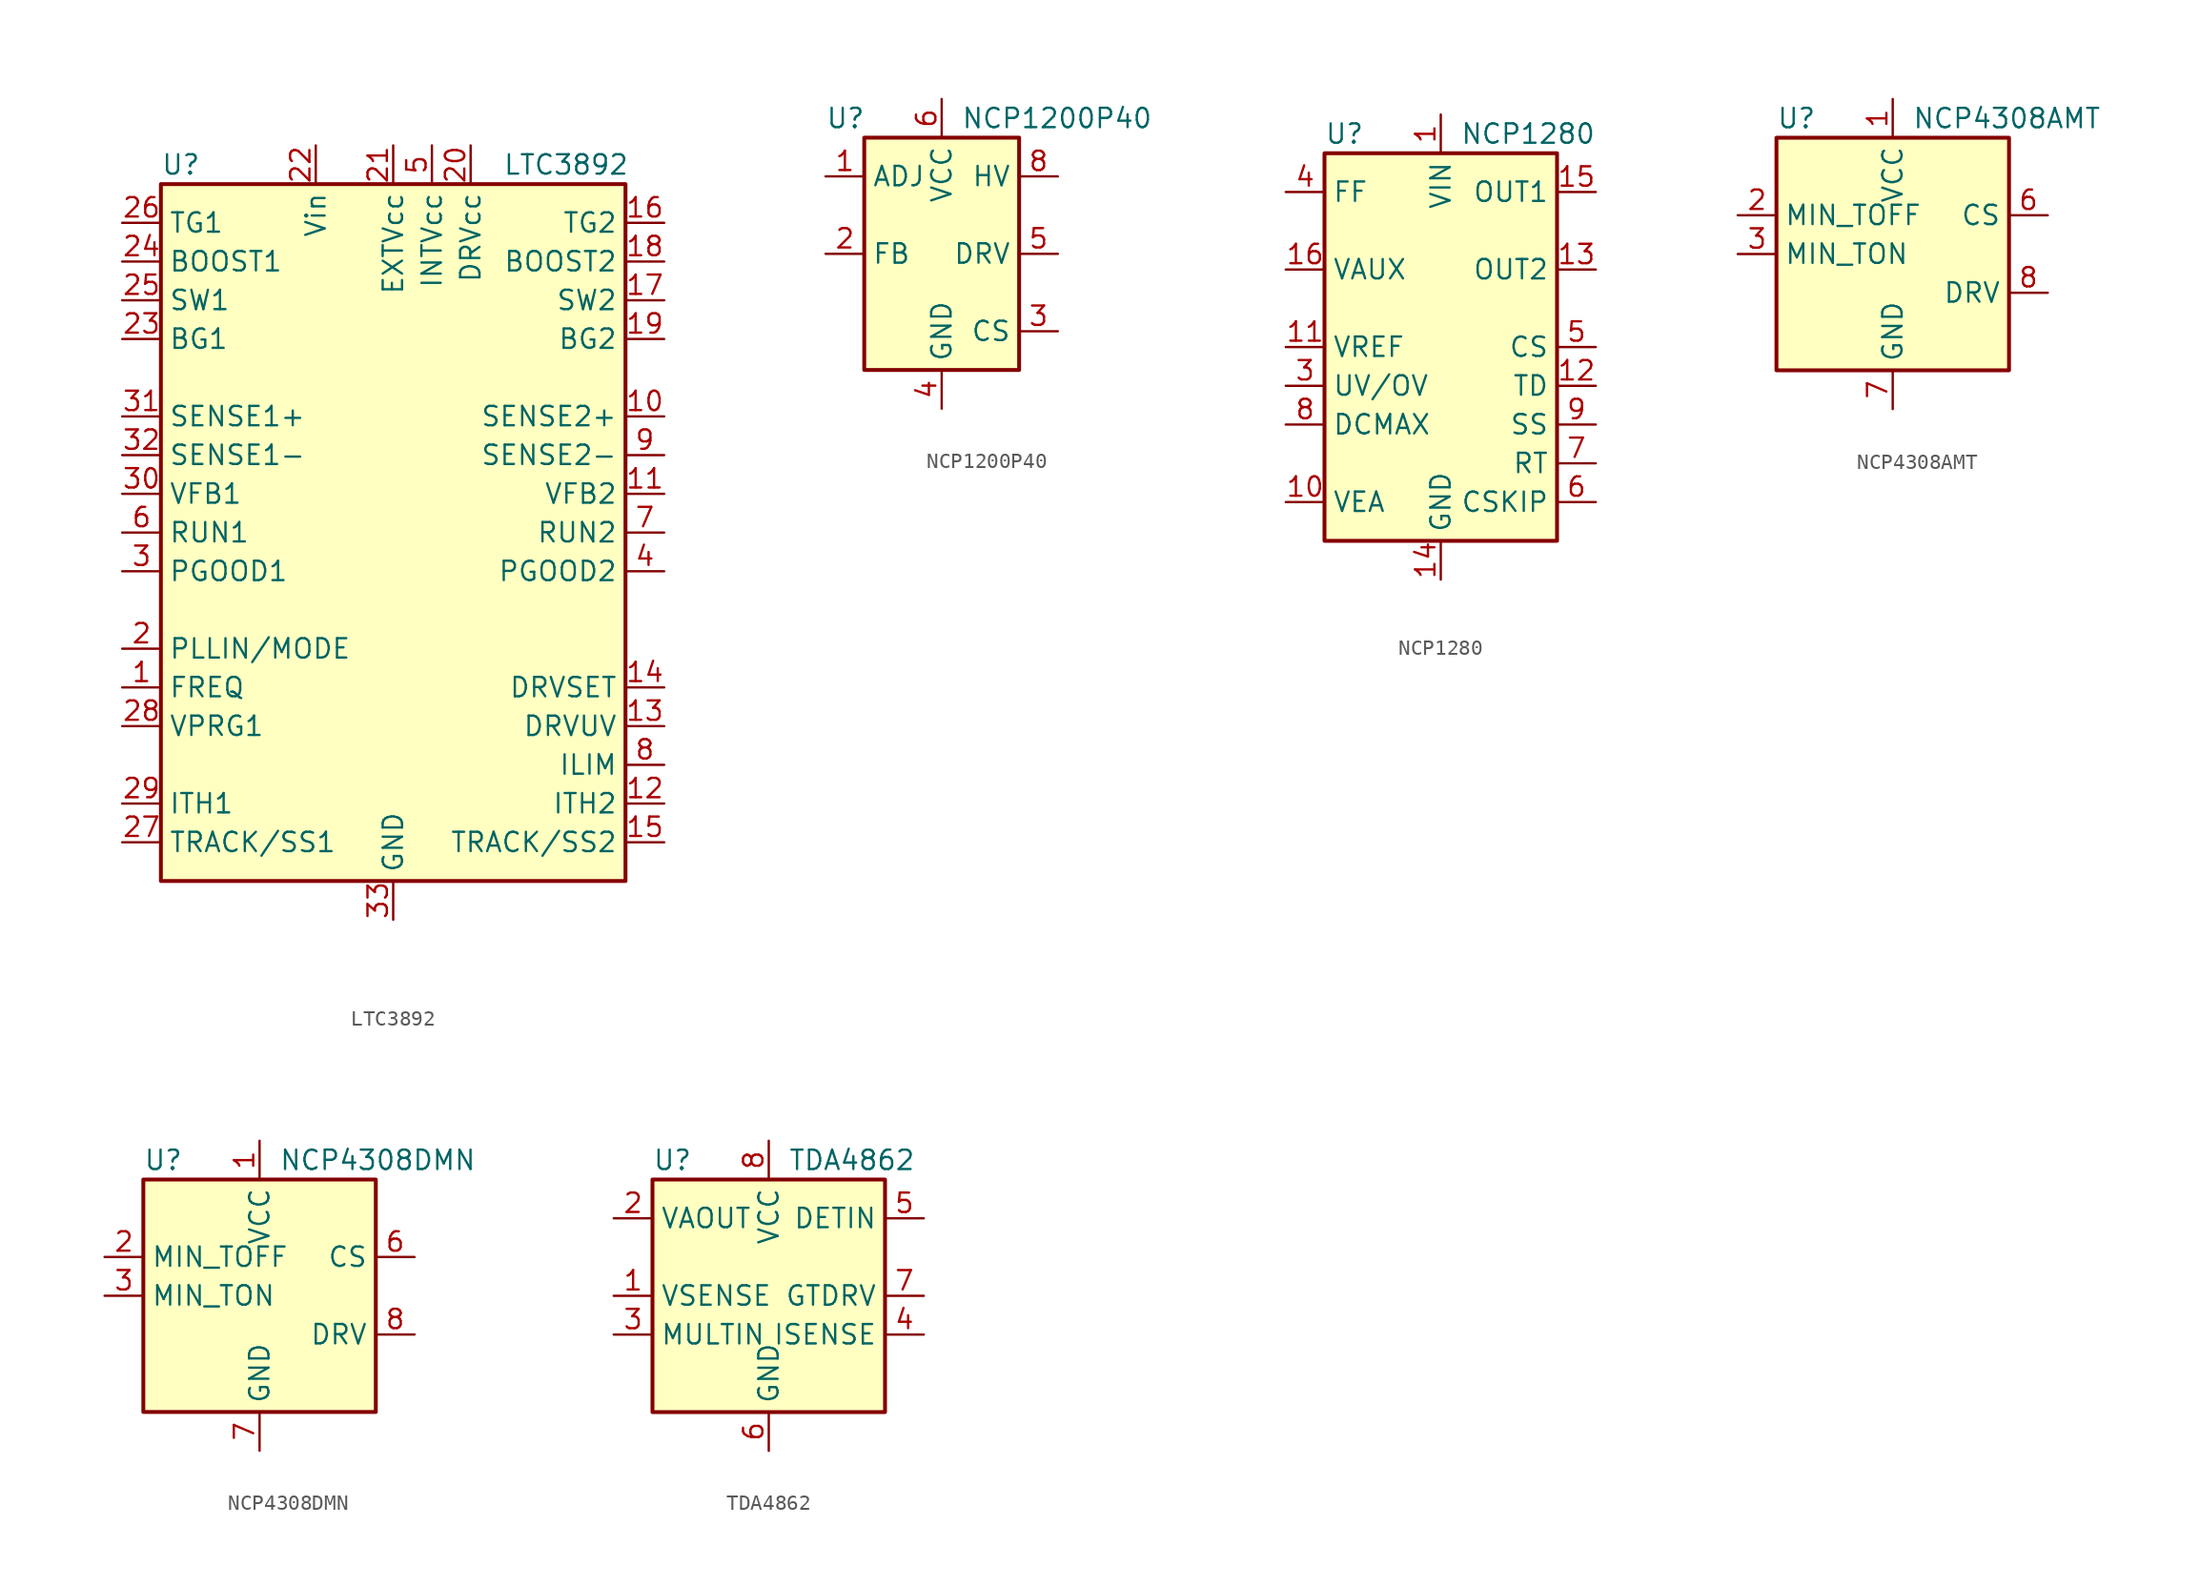
<source format=kicad_sym>
(kicad_symbol_lib
  (version 20201005)
  (generator kicad_symbol_editor)
  (symbol "LTC3892"
    (property "Reference" "U"
      (at -15.24 24.13 0)
      (effects (font (size 1.27 1.27)) (justify left)))
    (property "Value" "LTC3892"
      (at 15.494 24.13 0)
      (effects (font (size 1.27 1.27)) (justify right)))
    (symbol "LTC3892_0_1"
      (rectangle (start -15.24 22.86) (end 15.24 -22.86) (stroke (width 0.254)) (fill (type background))))
    (symbol "LTC3892_1_1"
      (pin input line (at -17.78 -10.16 0) (length 2.54) (name "FREQ" (effects (font (size 1.27 1.27)))) (number "1" (effects (font (size 1.27 1.27)))))
      (pin input line (at 17.78 7.62 180) (length 2.54) (name "SENSE2+" (effects (font (size 1.27 1.27)))) (number "10" (effects (font (size 1.27 1.27)))))
      (pin input line (at 17.78 2.54 180) (length 2.54) (name "VFB2" (effects (font (size 1.27 1.27)))) (number "11" (effects (font (size 1.27 1.27)))))
      (pin passive line (at 17.78 -17.78 180) (length 2.54) (name "ITH2" (effects (font (size 1.27 1.27)))) (number "12" (effects (font (size 1.27 1.27)))))
      (pin input line (at 17.78 -12.7 180) (length 2.54) (name "DRVUV" (effects (font (size 1.27 1.27)))) (number "13" (effects (font (size 1.27 1.27)))))
      (pin input line (at 17.78 -10.16 180) (length 2.54) (name "DRVSET" (effects (font (size 1.27 1.27)))) (number "14" (effects (font (size 1.27 1.27)))))
      (pin input line (at 17.78 -20.32 180) (length 2.54) (name "TRACK/SS2" (effects (font (size 1.27 1.27)))) (number "15" (effects (font (size 1.27 1.27)))))
      (pin output line (at 17.78 20.32 180) (length 2.54) (name "TG2" (effects (font (size 1.27 1.27)))) (number "16" (effects (font (size 1.27 1.27)))))
      (pin output line (at 17.78 15.24 180) (length 2.54) (name "SW2" (effects (font (size 1.27 1.27)))) (number "17" (effects (font (size 1.27 1.27)))))
      (pin output line (at 17.78 17.78 180) (length 2.54) (name "BOOST2" (effects (font (size 1.27 1.27)))) (number "18" (effects (font (size 1.27 1.27)))))
      (pin output line (at 17.78 12.7 180) (length 2.54) (name "BG2" (effects (font (size 1.27 1.27)))) (number "19" (effects (font (size 1.27 1.27)))))
      (pin input line (at -17.78 -7.62 0) (length 2.54) (name "PLLIN/MODE" (effects (font (size 1.27 1.27)))) (number "2" (effects (font (size 1.27 1.27)))))
      (pin power_out line (at 5.08 25.4 270) (length 2.54) (name "DRVcc" (effects (font (size 1.27 1.27)))) (number "20" (effects (font (size 1.27 1.27)))))
      (pin power_in line (at 0 25.4 270) (length 2.54) (name "EXTVcc" (effects (font (size 1.27 1.27)))) (number "21" (effects (font (size 1.27 1.27)))))
      (pin power_in line (at -5.08 25.4 270) (length 2.54) (name "Vin" (effects (font (size 1.27 1.27)))) (number "22" (effects (font (size 1.27 1.27)))))
      (pin output line (at -17.78 12.7 0) (length 2.54) (name "BG1" (effects (font (size 1.27 1.27)))) (number "23" (effects (font (size 1.27 1.27)))))
      (pin output line (at -17.78 17.78 0) (length 2.54) (name "BOOST1" (effects (font (size 1.27 1.27)))) (number "24" (effects (font (size 1.27 1.27)))))
      (pin output line (at -17.78 15.24 0) (length 2.54) (name "SW1" (effects (font (size 1.27 1.27)))) (number "25" (effects (font (size 1.27 1.27)))))
      (pin output line (at -17.78 20.32 0) (length 2.54) (name "TG1" (effects (font (size 1.27 1.27)))) (number "26" (effects (font (size 1.27 1.27)))))
      (pin input line (at -17.78 -20.32 0) (length 2.54) (name "TRACK/SS1" (effects (font (size 1.27 1.27)))) (number "27" (effects (font (size 1.27 1.27)))))
      (pin passive line (at -17.78 -12.7 0) (length 2.54) (name "VPRG1" (effects (font (size 1.27 1.27)))) (number "28" (effects (font (size 1.27 1.27)))))
      (pin passive line (at -17.78 -17.78 0) (length 2.54) (name "ITH1" (effects (font (size 1.27 1.27)))) (number "29" (effects (font (size 1.27 1.27)))))
      (pin output line (at -17.78 -2.54 0) (length 2.54) (name "PGOOD1" (effects (font (size 1.27 1.27)))) (number "3" (effects (font (size 1.27 1.27)))))
      (pin input line (at -17.78 2.54 0) (length 2.54) (name "VFB1" (effects (font (size 1.27 1.27)))) (number "30" (effects (font (size 1.27 1.27)))))
      (pin input line (at -17.78 7.62 0) (length 2.54) (name "SENSE1+" (effects (font (size 1.27 1.27)))) (number "31" (effects (font (size 1.27 1.27)))))
      (pin input line (at -17.78 5.08 0) (length 2.54) (name "SENSE1-" (effects (font (size 1.27 1.27)))) (number "32" (effects (font (size 1.27 1.27)))))
      (pin power_in line (at 0 -25.4 90) (length 2.54) (name "GND" (effects (font (size 1.27 1.27)))) (number "33" (effects (font (size 1.27 1.27)))))
      (pin output line (at 17.78 -2.54 180) (length 2.54) (name "PGOOD2" (effects (font (size 1.27 1.27)))) (number "4" (effects (font (size 1.27 1.27)))))
      (pin power_out line (at 2.54 25.4 270) (length 2.54) (name "INTVcc" (effects (font (size 1.27 1.27)))) (number "5" (effects (font (size 1.27 1.27)))))
      (pin input line (at -17.78 0 0) (length 2.54) (name "RUN1" (effects (font (size 1.27 1.27)))) (number "6" (effects (font (size 1.27 1.27)))))
      (pin input line (at 17.78 0 180) (length 2.54) (name "RUN2" (effects (font (size 1.27 1.27)))) (number "7" (effects (font (size 1.27 1.27)))))
      (pin input line (at 17.78 -15.24 180) (length 2.54) (name "ILIM" (effects (font (size 1.27 1.27)))) (number "8" (effects (font (size 1.27 1.27)))))
      (pin input line (at 17.78 5.08 180) (length 2.54) (name "SENSE2-" (effects (font (size 1.27 1.27)))) (number "9" (effects (font (size 1.27 1.27)))))))
  (symbol "NCP1200P40"
    (property "Reference" "U"
      (at -7.62 8.89 0)
      (effects (font (size 1.27 1.27)) (justify left)))
    (property "Value" "NCP1200P40"
      (at 1.27 8.89 0)
      (effects (font (size 1.27 1.27)) (justify left)))
    (symbol "NCP1200P40_0_0"
      (rectangle (start -5.08 7.62) (end 5.08 -7.62) (stroke (width 0.254)) (fill (type background))))
    (symbol "NCP1200P40_1_1"
      (pin input line (at -7.62 5.08 0) (length 2.54) (name "ADJ" (effects (font (size 1.27 1.27)))) (number "1" (effects (font (size 1.27 1.27)))))
      (pin input line (at -7.62 0 0) (length 2.54) (name "FB" (effects (font (size 1.27 1.27)))) (number "2" (effects (font (size 1.27 1.27)))))
      (pin input line (at 7.62 -5.08 180) (length 2.54) (name "CS" (effects (font (size 1.27 1.27)))) (number "3" (effects (font (size 1.27 1.27)))))
      (pin power_in line (at 0 -10.16 90) (length 2.54) (name "GND" (effects (font (size 1.27 1.27)))) (number "4" (effects (font (size 1.27 1.27)))))
      (pin output line (at 7.62 0 180) (length 2.54) (name "DRV" (effects (font (size 1.27 1.27)))) (number "5" (effects (font (size 1.27 1.27)))))
      (pin power_in line (at 0 10.16 270) (length 2.54) (name "VCC" (effects (font (size 1.27 1.27)))) (number "6" (effects (font (size 1.27 1.27)))))
      (pin no_connect line (at -5.08 2.54 0) (length 2.54) hide (name "NC" (effects (font (size 1.27 1.27)))) (number "7" (effects (font (size 1.27 1.27)))))
      (pin input line (at 7.62 5.08 180) (length 2.54) (name "HV" (effects (font (size 1.27 1.27)))) (number "8" (effects (font (size 1.27 1.27)))))))
  (symbol "NCP1280"
    (property "Reference" "U"
      (at -7.62 13.97 0)
      (effects (font (size 1.27 1.27)) (justify left)))
    (property "Value" "NCP1280"
      (at 1.27 13.97 0)
      (effects (font (size 1.27 1.27)) (justify left)))
    (symbol "NCP1280_0_0"
      (rectangle (start -7.62 12.7) (end 7.62 -12.7) (stroke (width 0.254)) (fill (type background))))
    (symbol "NCP1280_1_1"
      (pin power_in line (at 0 15.24 270) (length 2.54) (name "VIN" (effects (font (size 1.27 1.27)))) (number "1" (effects (font (size 1.27 1.27)))))
      (pin input line (at -10.16 -10.16 0) (length 2.54) (name "VEA" (effects (font (size 1.27 1.27)))) (number "10" (effects (font (size 1.27 1.27)))))
      (pin output line (at -10.16 0 0) (length 2.54) (name "VREF" (effects (font (size 1.27 1.27)))) (number "11" (effects (font (size 1.27 1.27)))))
      (pin passive line (at 10.16 -2.54 180) (length 2.54) (name "TD" (effects (font (size 1.27 1.27)))) (number "12" (effects (font (size 1.27 1.27)))))
      (pin output line (at 10.16 5.08 180) (length 2.54) (name "OUT2" (effects (font (size 1.27 1.27)))) (number "13" (effects (font (size 1.27 1.27)))))
      (pin power_in line (at 0 -15.24 90) (length 2.54) (name "GND" (effects (font (size 1.27 1.27)))) (number "14" (effects (font (size 1.27 1.27)))))
      (pin output line (at 10.16 10.16 180) (length 2.54) (name "OUT1" (effects (font (size 1.27 1.27)))) (number "15" (effects (font (size 1.27 1.27)))))
      (pin power_in line (at -10.16 5.08 0) (length 2.54) (name "VAUX" (effects (font (size 1.27 1.27)))) (number "16" (effects (font (size 1.27 1.27)))))
      (pin no_connect line (at -7.62 7.62 0) (length 2.54) hide (name "NC" (effects (font (size 1.27 1.27)))) (number "2" (effects (font (size 1.27 1.27)))))
      (pin input line (at -10.16 -2.54 0) (length 2.54) (name "UV/OV" (effects (font (size 1.27 1.27)))) (number "3" (effects (font (size 1.27 1.27)))))
      (pin passive line (at -10.16 10.16 0) (length 2.54) (name "FF" (effects (font (size 1.27 1.27)))) (number "4" (effects (font (size 1.27 1.27)))))
      (pin input line (at 10.16 0 180) (length 2.54) (name "CS" (effects (font (size 1.27 1.27)))) (number "5" (effects (font (size 1.27 1.27)))))
      (pin passive line (at 10.16 -10.16 180) (length 2.54) (name "CSKIP" (effects (font (size 1.27 1.27)))) (number "6" (effects (font (size 1.27 1.27)))))
      (pin passive line (at 10.16 -7.62 180) (length 2.54) (name "RT" (effects (font (size 1.27 1.27)))) (number "7" (effects (font (size 1.27 1.27)))))
      (pin input line (at -10.16 -5.08 0) (length 2.54) (name "DCMAX" (effects (font (size 1.27 1.27)))) (number "8" (effects (font (size 1.27 1.27)))))
      (pin passive line (at 10.16 -5.08 180) (length 2.54) (name "SS" (effects (font (size 1.27 1.27)))) (number "9" (effects (font (size 1.27 1.27)))))))
  (symbol "NCP4308AMT"
    (property "Reference" "U"
      (at -7.62 8.89 0)
      (effects (font (size 1.27 1.27)) (justify left)))
    (property "Value" "NCP4308AMT"
      (at 1.27 8.89 0)
      (effects (font (size 1.27 1.27)) (justify left)))
    (symbol "NCP4308AMT_0_1"
      (rectangle (start -7.62 7.62) (end 7.62 -7.62) (stroke (width 0.254)) (fill (type background))))
    (symbol "NCP4308AMT_1_1"
      (pin power_in line (at 0 10.16 270) (length 2.54) (name "VCC" (effects (font (size 1.27 1.27)))) (number "1" (effects (font (size 1.27 1.27)))))
      (pin passive line (at -10.16 2.54 0) (length 2.54) (name "MIN_TOFF" (effects (font (size 1.27 1.27)))) (number "2" (effects (font (size 1.27 1.27)))))
      (pin passive line (at -10.16 0 0) (length 2.54) (name "MIN_TON" (effects (font (size 1.27 1.27)))) (number "3" (effects (font (size 1.27 1.27)))))
      (pin no_connect line (at 7.62 -5.08 180) (length 2.54) hide (name "NC" (effects (font (size 1.27 1.27)))) (number "4" (effects (font (size 1.27 1.27)))))
      (pin no_connect line (at 7.62 -7.62 180) (length 2.54) hide (name "NC" (effects (font (size 1.27 1.27)))) (number "5" (effects (font (size 1.27 1.27)))))
      (pin input line (at 10.16 2.54 180) (length 2.54) (name "CS" (effects (font (size 1.27 1.27)))) (number "6" (effects (font (size 1.27 1.27)))))
      (pin power_in line (at 0 -10.16 90) (length 2.54) (name "GND" (effects (font (size 1.27 1.27)))) (number "7" (effects (font (size 1.27 1.27)))))
      (pin output line (at 10.16 -2.54 180) (length 2.54) (name "DRV" (effects (font (size 1.27 1.27)))) (number "8" (effects (font (size 1.27 1.27)))))))
  (symbol "NCP4308DMN"
    (property "Reference" "U"
      (at -7.62 8.89 0)
      (effects (font (size 1.27 1.27)) (justify left)))
    (property "Value" "NCP4308DMN"
      (at 1.27 8.89 0)
      (effects (font (size 1.27 1.27)) (justify left)))
    (symbol "NCP4308DMN_0_1"
      (rectangle (start -7.62 7.62) (end 7.62 -7.62) (stroke (width 0.254)) (fill (type background))))
    (symbol "NCP4308DMN_1_1"
      (pin power_in line (at 0 10.16 270) (length 2.54) (name "VCC" (effects (font (size 1.27 1.27)))) (number "1" (effects (font (size 1.27 1.27)))))
      (pin passive line (at -10.16 2.54 0) (length 2.54) (name "MIN_TOFF" (effects (font (size 1.27 1.27)))) (number "2" (effects (font (size 1.27 1.27)))))
      (pin passive line (at -10.16 0 0) (length 2.54) (name "MIN_TON" (effects (font (size 1.27 1.27)))) (number "3" (effects (font (size 1.27 1.27)))))
      (pin no_connect line (at 7.62 -5.08 180) (length 2.54) hide (name "NC" (effects (font (size 1.27 1.27)))) (number "4" (effects (font (size 1.27 1.27)))))
      (pin no_connect line (at 7.62 -7.62 180) (length 2.54) hide (name "NC" (effects (font (size 1.27 1.27)))) (number "5" (effects (font (size 1.27 1.27)))))
      (pin input line (at 10.16 2.54 180) (length 2.54) (name "CS" (effects (font (size 1.27 1.27)))) (number "6" (effects (font (size 1.27 1.27)))))
      (pin power_in line (at 0 -10.16 90) (length 2.54) (name "GND" (effects (font (size 1.27 1.27)))) (number "7" (effects (font (size 1.27 1.27)))))
      (pin output line (at 10.16 -2.54 180) (length 2.54) (name "DRV" (effects (font (size 1.27 1.27)))) (number "8" (effects (font (size 1.27 1.27)))))))
  (symbol "TDA4862"
    (property "Reference" "U"
      (at -7.62 8.89 0)
      (effects (font (size 1.27 1.27)) (justify left)))
    (property "Value" "TDA4862"
      (at 1.27 8.89 0)
      (effects (font (size 1.27 1.27)) (justify left)))
    (symbol "TDA4862_0_0"
      (rectangle (start -7.62 7.62) (end 7.62 -7.62) (stroke (width 0.254)) (fill (type background))))
    (symbol "TDA4862_1_1"
      (pin input line (at -10.16 0 0) (length 2.54) (name "VSENSE" (effects (font (size 1.27 1.27)))) (number "1" (effects (font (size 1.27 1.27)))))
      (pin output line (at -10.16 5.08 0) (length 2.54) (name "VAOUT" (effects (font (size 1.27 1.27)))) (number "2" (effects (font (size 1.27 1.27)))))
      (pin input line (at -10.16 -2.54 0) (length 2.54) (name "MULTIN" (effects (font (size 1.27 1.27)))) (number "3" (effects (font (size 1.27 1.27)))))
      (pin input line (at 10.16 -2.54 180) (length 2.54) (name "ISENSE" (effects (font (size 1.27 1.27)))) (number "4" (effects (font (size 1.27 1.27)))))
      (pin passive line (at 10.16 5.08 180) (length 2.54) (name "DETIN" (effects (font (size 1.27 1.27)))) (number "5" (effects (font (size 1.27 1.27)))))
      (pin power_in line (at 0 -10.16 90) (length 2.54) (name "GND" (effects (font (size 1.27 1.27)))) (number "6" (effects (font (size 1.27 1.27)))))
      (pin output line (at 10.16 0 180) (length 2.54) (name "GTDRV" (effects (font (size 1.27 1.27)))) (number "7" (effects (font (size 1.27 1.27)))))
      (pin power_in line (at 0 10.16 270) (length 2.54) (name "VCC" (effects (font (size 1.27 1.27)))) (number "8" (effects (font (size 1.27 1.27))))))))
</source>
